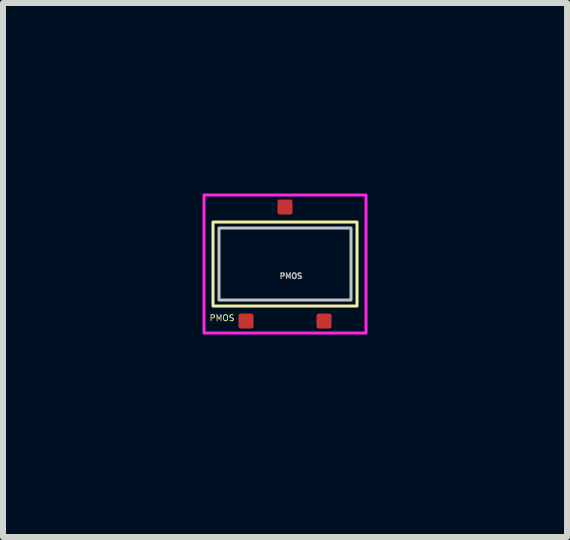
<source format=kicad_pcb>
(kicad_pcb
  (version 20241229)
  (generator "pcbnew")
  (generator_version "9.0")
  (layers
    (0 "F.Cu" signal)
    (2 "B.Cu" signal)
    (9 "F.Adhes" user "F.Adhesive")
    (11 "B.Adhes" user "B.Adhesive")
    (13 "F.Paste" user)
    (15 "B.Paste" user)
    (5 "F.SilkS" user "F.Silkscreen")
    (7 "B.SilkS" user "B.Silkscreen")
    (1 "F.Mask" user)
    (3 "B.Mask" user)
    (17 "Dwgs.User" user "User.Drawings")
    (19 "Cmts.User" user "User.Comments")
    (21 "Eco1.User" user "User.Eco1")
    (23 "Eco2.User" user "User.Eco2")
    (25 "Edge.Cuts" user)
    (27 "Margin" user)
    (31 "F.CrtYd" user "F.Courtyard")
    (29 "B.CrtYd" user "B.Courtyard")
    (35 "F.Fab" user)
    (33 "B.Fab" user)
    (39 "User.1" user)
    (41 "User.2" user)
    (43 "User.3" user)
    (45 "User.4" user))
  (footprint "PMOS"
    (layer "F.Cu")
    (at 1.7 1.5)
    (property "Reference" "PMOS" (at -1.05 0.75 0) (unlocked yes) (layer "F.SilkS") (effects (font (size 0.1 0.1) (thickness 0.013))))
    (attr smd)
    (fp_rect (start -1.2 -0.85) (end 1.2 0.55) (stroke (width 0.05) (type solid)) (fill no) (layer "F.SilkS"))
    (fp_rect (start -1.1 -0.75) (end 1.1 0.45) (stroke (width 0.05) (type solid)) (fill no) (layer "Dwgs.User"))
    (fp_rect (start -1.35 -1.3) (end 1.35 1) (stroke (width 0.05) (type default)) (fill no) (layer "F.CrtYd"))
    (fp_text user "${REFERENCE}" (at 0.1 0.05 0) (unlocked yes) (layer "F.Fab") (effects (font (size 0.09 0.09) (thickness 0.022))))
    (pad "1" smd roundrect (at -0.65 0.8) (size 0.25 0.25) (layers "F.Cu" "F.Mask" "F.Paste") (roundrect_rratio 0.15))
    (pad "2" smd roundrect (at 0 -1.1) (size 0.25 0.25) (layers "F.Cu" "F.Mask" "F.Paste") (roundrect_rratio 0.15))
    (pad "3" smd roundrect (at 0.65 0.8) (size 0.25 0.25) (layers "F.Cu" "F.Mask" "F.Paste") (roundrect_rratio 0.15))
    (zone (net_name "") (layer "F.CrtYd") (hatch edge 0.5) (connect_pads) (min_thickness 0.25) (filled_areas_thickness no) (keepout (tracks allowed) (vias allowed) (pads not_allowed) (copperpour not_allowed) (footprints allowed)) (placement (enabled no)) (fill) (polygon (pts (xy 0 0) (xy 3.35 0) (xy 3.4 2.9) (xy 0 2.85)))))
  (gr_rect
    (start -3 -3)
    (end 6.4 5.9)
    (stroke (width 0.1) (type default))
    (fill no)
    (layer "Edge.Cuts")))
</source>
